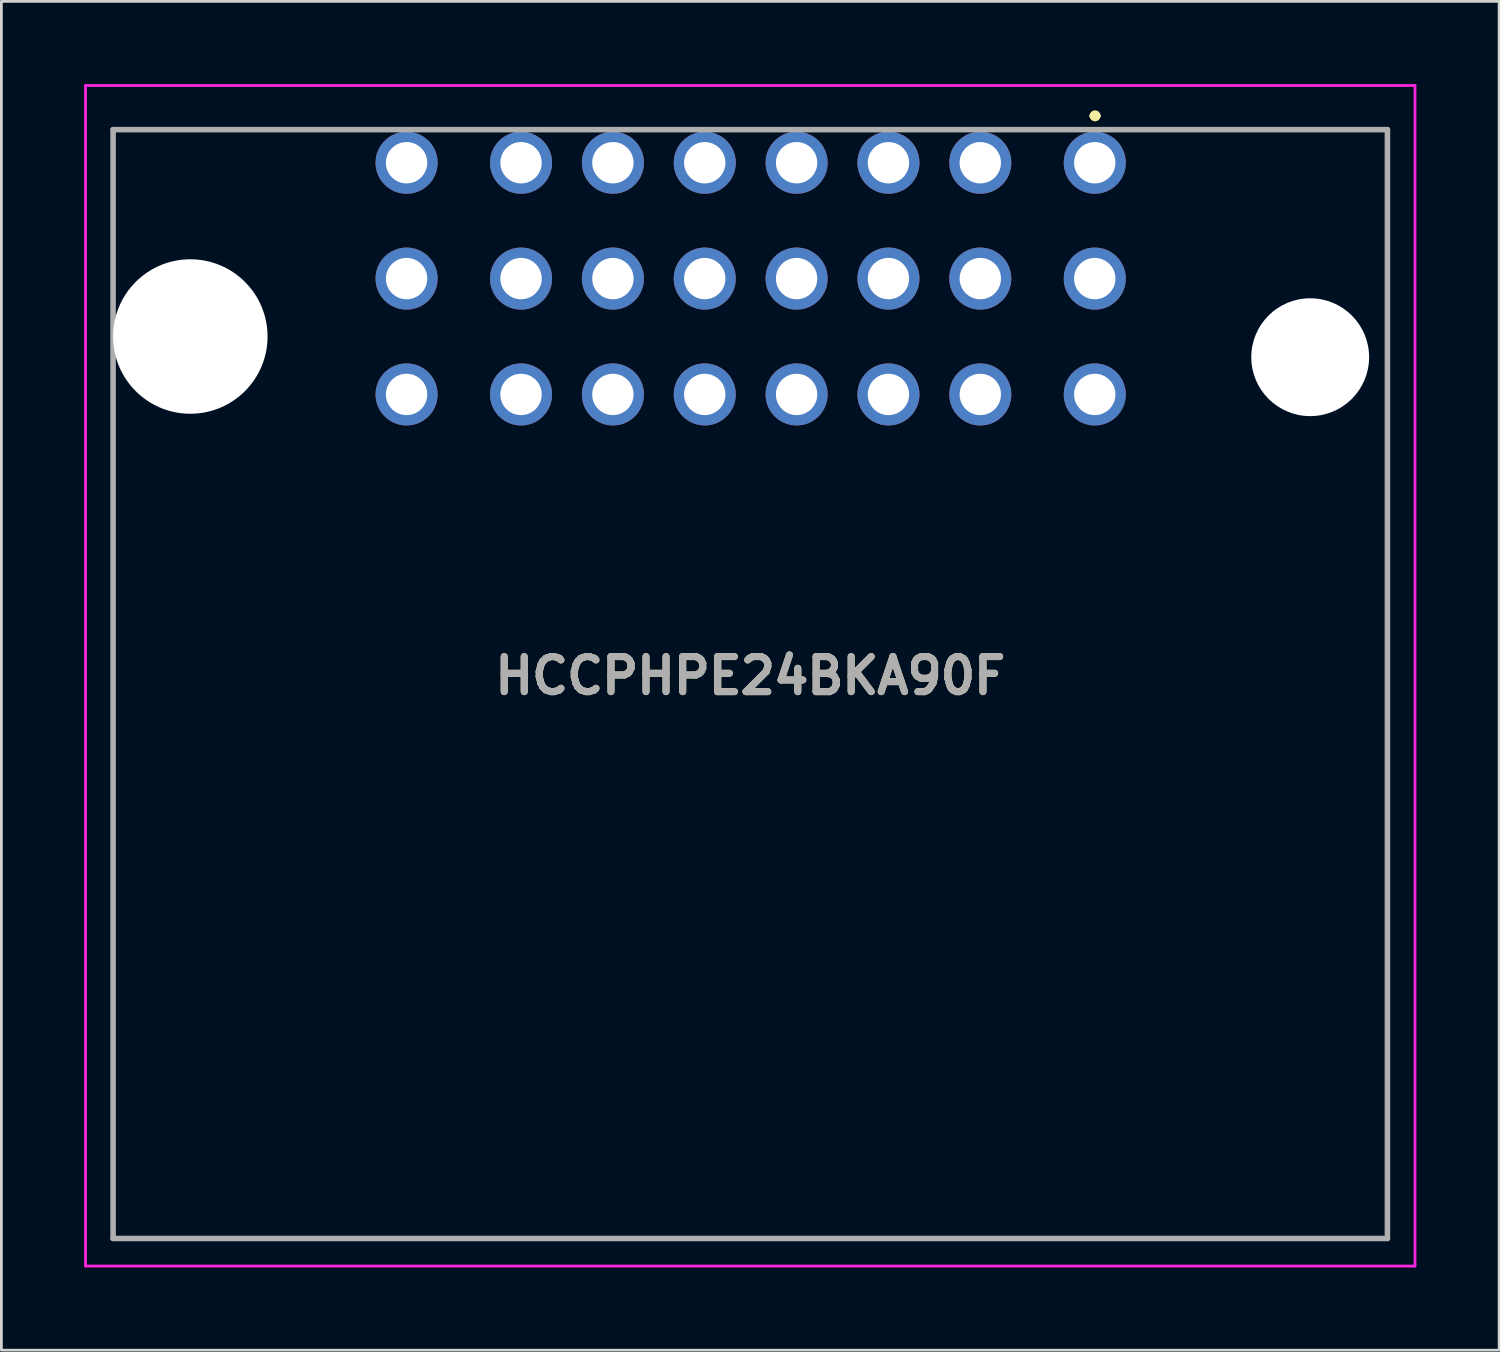
<source format=kicad_pcb>
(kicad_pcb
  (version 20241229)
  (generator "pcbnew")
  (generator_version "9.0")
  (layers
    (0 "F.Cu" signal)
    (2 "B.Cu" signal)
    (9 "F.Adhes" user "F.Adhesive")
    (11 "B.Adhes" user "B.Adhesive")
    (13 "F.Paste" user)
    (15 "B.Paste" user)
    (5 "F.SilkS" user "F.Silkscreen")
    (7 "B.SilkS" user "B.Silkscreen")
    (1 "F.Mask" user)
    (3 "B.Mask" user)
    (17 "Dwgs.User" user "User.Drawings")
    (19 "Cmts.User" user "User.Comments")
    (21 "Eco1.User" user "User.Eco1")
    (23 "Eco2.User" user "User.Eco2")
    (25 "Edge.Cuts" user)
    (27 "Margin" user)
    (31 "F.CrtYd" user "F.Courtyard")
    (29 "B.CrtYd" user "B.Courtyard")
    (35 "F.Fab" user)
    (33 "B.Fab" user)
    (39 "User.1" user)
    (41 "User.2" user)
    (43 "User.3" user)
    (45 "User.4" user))
  (footprint "HCCPHPE24BKA90F"
    (layer "F.Cu")
    (at 24.15 21.45)
    (property "Reference" "HCCPHPE24BKA90F" (at 0 0 0) (layer "F.SilkS") (effects (font (size 1.27 1.27) (thickness 0.254))))
    (attr through_hole)
    (fp_line (start -23.1 -19.8) (end -23.1 -13.8) (stroke (width 0.1) (type solid)) (layer "F.SilkS"))
    (fp_line (start -23.1 20.4) (end -23.1 -9.8) (stroke (width 0.1) (type solid)) (layer "F.SilkS"))
    (fp_line (start -14 -19.8) (end -23.1 -19.8) (stroke (width 0.1) (type solid)) (layer "F.SilkS"))
    (fp_line (start 12.4 -20.3) (end 12.4 -20.3) (stroke (width 0.2) (type solid)) (layer "F.SilkS"))
    (fp_line (start 12.6 -20.3) (end 12.6 -20.3) (stroke (width 0.2) (type solid)) (layer "F.SilkS"))
    (fp_line (start 14 -19.8) (end 23.1 -19.8) (stroke (width 0.1) (type solid)) (layer "F.SilkS"))
    (fp_line (start 23.1 -19.8) (end 23.1 20.4) (stroke (width 0.1) (type solid)) (layer "F.SilkS"))
    (fp_line (start 23.1 20.4) (end -23.1 20.4) (stroke (width 0.1) (type solid)) (layer "F.SilkS"))
    (fp_arc (start 12.4 -20.3) (mid 12.5 -20.4) (end 12.6 -20.3) (stroke (width 0.2) (type solid)) (layer "F.SilkS"))
    (fp_arc (start 12.6 -20.3) (mid 12.5 -20.2) (end 12.4 -20.3) (stroke (width 0.2) (type solid)) (layer "F.SilkS"))
    (fp_line (start -24.1 -21.4) (end 24.1 -21.4) (stroke (width 0.1) (type solid)) (layer "F.CrtYd"))
    (fp_line (start -24.1 21.4) (end -24.1 -21.4) (stroke (width 0.1) (type solid)) (layer "F.CrtYd"))
    (fp_line (start 24.1 -21.4) (end 24.1 21.4) (stroke (width 0.1) (type solid)) (layer "F.CrtYd"))
    (fp_line (start 24.1 21.4) (end -24.1 21.4) (stroke (width 0.1) (type solid)) (layer "F.CrtYd"))
    (fp_line (start -23.1 -19.8) (end 23.1 -19.8) (stroke (width 0.2) (type solid)) (layer "F.Fab"))
    (fp_line (start -23.1 20.4) (end -23.1 -19.8) (stroke (width 0.2) (type solid)) (layer "F.Fab"))
    (fp_line (start 23.1 -19.8) (end 23.1 20.4) (stroke (width 0.2) (type solid)) (layer "F.Fab"))
    (fp_line (start 23.1 20.4) (end -23.1 20.4) (stroke (width 0.2) (type solid)) (layer "F.Fab"))
    (fp_text user "${REFERENCE}" (at 0 0 0) (layer "F.Fab") (effects (font (size 1.27 1.27) (thickness 0.254))))
    (pad "" np_thru_hole circle (at -20.3 -12.3) (size 5.6 5.6) (drill 5.6) (layers "*.Cu" "*.Mask"))
    (pad "" np_thru_hole circle (at 20.3 -11.55) (size 4.272 4.272) (drill 4.272) (layers "*.Cu" "*.Mask"))
    (pad "A1" thru_hole circle (at 12.49 -18.6) (size 2.25 2.25) (drill 1.5) (layers "*.Cu" "*.Mask"))
    (pad "A2" thru_hole circle (at 8.34 -18.6) (size 2.25 2.25) (drill 1.5) (layers "*.Cu" "*.Mask"))
    (pad "A3" thru_hole circle (at 5.01 -18.6) (size 2.25 2.25) (drill 1.5) (layers "*.Cu" "*.Mask"))
    (pad "A4" thru_hole circle (at 1.68 -18.6) (size 2.25 2.25) (drill 1.5) (layers "*.Cu" "*.Mask"))
    (pad "A5" thru_hole circle (at -1.65 -18.6) (size 2.25 2.25) (drill 1.5) (layers "*.Cu" "*.Mask"))
    (pad "A6" thru_hole circle (at -4.98 -18.6) (size 2.25 2.25) (drill 1.5) (layers "*.Cu" "*.Mask"))
    (pad "A7" thru_hole circle (at -8.31 -18.6) (size 2.25 2.25) (drill 1.5) (layers "*.Cu" "*.Mask"))
    (pad "A8" thru_hole circle (at -12.46 -18.6) (size 2.25 2.25) (drill 1.5) (layers "*.Cu" "*.Mask"))
    (pad "B1" thru_hole circle (at 12.49 -14.4) (size 2.25 2.25) (drill 1.5) (layers "*.Cu" "*.Mask"))
    (pad "B2" thru_hole circle (at 8.34 -14.4) (size 2.25 2.25) (drill 1.5) (layers "*.Cu" "*.Mask"))
    (pad "B3" thru_hole circle (at 5.01 -14.4) (size 2.25 2.25) (drill 1.5) (layers "*.Cu" "*.Mask"))
    (pad "B4" thru_hole circle (at 1.68 -14.4) (size 2.25 2.25) (drill 1.5) (layers "*.Cu" "*.Mask"))
    (pad "B5" thru_hole circle (at -1.65 -14.4) (size 2.25 2.25) (drill 1.5) (layers "*.Cu" "*.Mask"))
    (pad "B6" thru_hole circle (at -4.98 -14.4) (size 2.25 2.25) (drill 1.5) (layers "*.Cu" "*.Mask"))
    (pad "B7" thru_hole circle (at -8.31 -14.4) (size 2.25 2.25) (drill 1.5) (layers "*.Cu" "*.Mask"))
    (pad "B8" thru_hole circle (at -12.46 -14.4) (size 2.25 2.25) (drill 1.5) (layers "*.Cu" "*.Mask"))
    (pad "C1" thru_hole circle (at 12.49 -10.2) (size 2.25 2.25) (drill 1.5) (layers "*.Cu" "*.Mask"))
    (pad "C2" thru_hole circle (at 8.34 -10.2) (size 2.25 2.25) (drill 1.5) (layers "*.Cu" "*.Mask"))
    (pad "C3" thru_hole circle (at 5.01 -10.2) (size 2.25 2.25) (drill 1.5) (layers "*.Cu" "*.Mask"))
    (pad "C4" thru_hole circle (at 1.68 -10.2) (size 2.25 2.25) (drill 1.5) (layers "*.Cu" "*.Mask"))
    (pad "C5" thru_hole circle (at -1.65 -10.2) (size 2.25 2.25) (drill 1.5) (layers "*.Cu" "*.Mask"))
    (pad "C6" thru_hole circle (at -4.98 -10.2) (size 2.25 2.25) (drill 1.5) (layers "*.Cu" "*.Mask"))
    (pad "C7" thru_hole circle (at -8.31 -10.2) (size 2.25 2.25) (drill 1.5) (layers "*.Cu" "*.Mask"))
    (pad "C8" thru_hole circle (at -12.46 -10.2) (size 2.25 2.25) (drill 1.5) (layers "*.Cu" "*.Mask")))
  (gr_rect
    (start -3 -3)
    (end 51.3 45.9)
    (stroke (width 0.1) (type default))
    (fill no)
    (layer "Edge.Cuts")))
</source>
